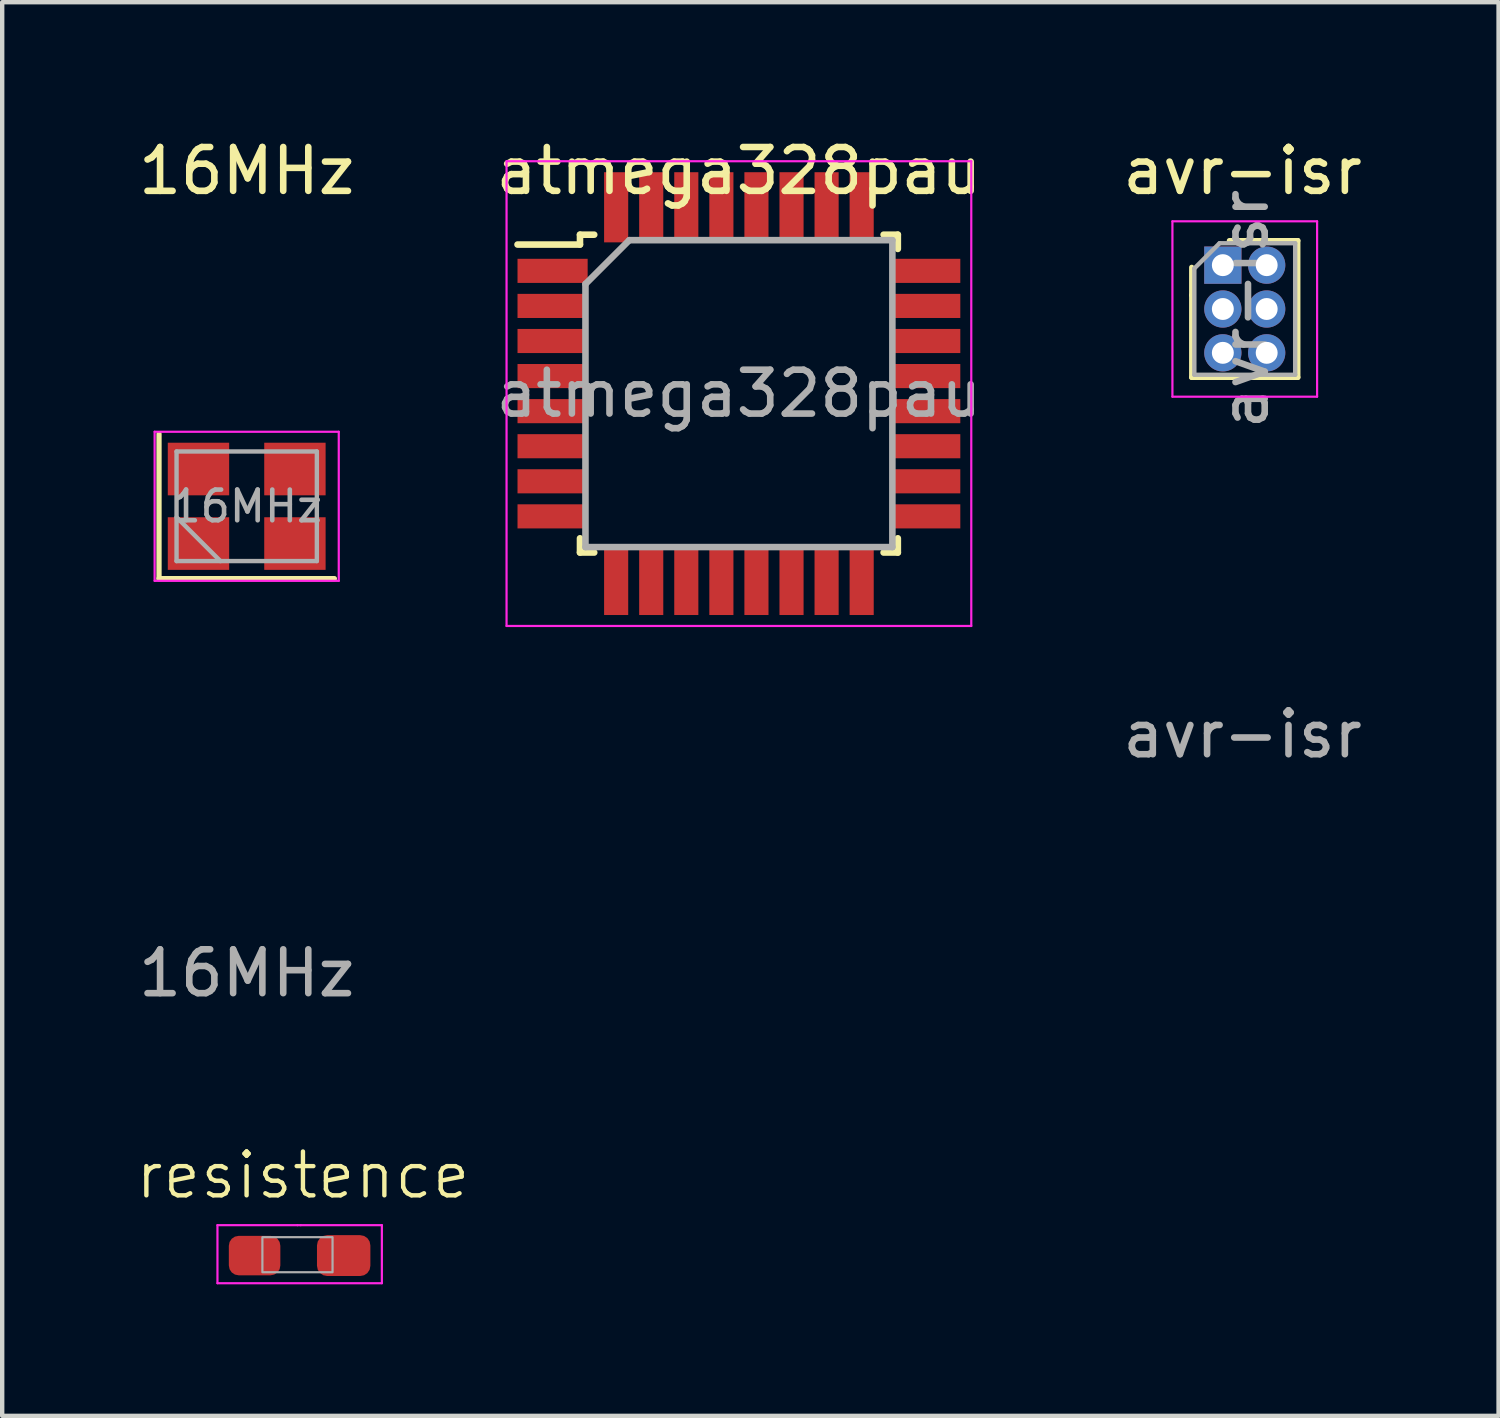
<source format=kicad_pcb>
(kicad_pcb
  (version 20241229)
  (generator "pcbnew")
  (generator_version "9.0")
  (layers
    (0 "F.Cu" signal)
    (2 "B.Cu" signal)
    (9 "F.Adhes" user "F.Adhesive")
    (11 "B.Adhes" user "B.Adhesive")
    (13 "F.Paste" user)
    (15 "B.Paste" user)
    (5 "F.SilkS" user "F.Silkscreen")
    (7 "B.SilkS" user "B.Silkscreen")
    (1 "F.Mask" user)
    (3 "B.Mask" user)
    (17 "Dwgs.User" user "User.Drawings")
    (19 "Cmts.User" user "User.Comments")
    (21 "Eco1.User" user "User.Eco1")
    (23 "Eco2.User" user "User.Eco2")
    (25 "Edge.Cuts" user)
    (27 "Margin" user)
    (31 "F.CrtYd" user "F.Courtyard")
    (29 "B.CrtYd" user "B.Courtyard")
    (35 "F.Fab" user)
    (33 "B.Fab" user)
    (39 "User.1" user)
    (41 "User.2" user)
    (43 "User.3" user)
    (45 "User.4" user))
  (footprint "avr-isr"
    (layer "F.Cu")
    (at 25.292 3.998)
    (property "Reference" "avr-isr" (at 0 -3.15 0) (unlocked yes) (layer "F.SilkS") (effects (font (size 1 1) (thickness 0.15))))
    (attr smd)
    (fp_line (start -1.16 -0.95) (end -1.16 -0.315) (stroke (width 0.12) (type solid)) (layer "F.SilkS"))
    (fp_line (start -1.16 -0.315) (end -1.16 1.56) (stroke (width 0.12) (type solid)) (layer "F.SilkS"))
    (fp_line (start -1.16 1.56) (end -0.844 1.56) (stroke (width 0.12) (type solid)) (layer "F.SilkS"))
    (fp_line (start -0.844 1.56) (end 0.944 1.56) (stroke (width 0.12) (type solid)) (layer "F.SilkS"))
    (fp_line (start -0.3 -1.56) (end 1.26 -1.56) (stroke (width 0.12) (type solid)) (layer "F.SilkS"))
    (fp_line (start 0.944 1.56) (end 1.26 1.56) (stroke (width 0.12) (type solid)) (layer "F.SilkS"))
    (fp_line (start 1.26 -1.56) (end 1.26 1.56) (stroke (width 0.12) (type solid)) (layer "F.SilkS"))
    (fp_line (start -1.6 -2) (end -1.6 2) (stroke (width 0.05) (type solid)) (layer "F.CrtYd"))
    (fp_line (start -1.6 2) (end 1.7 2) (stroke (width 0.05) (type solid)) (layer "F.CrtYd"))
    (fp_line (start 1.7 -2) (end -1.6 -2) (stroke (width 0.05) (type solid)) (layer "F.CrtYd"))
    (fp_line (start 1.7 2) (end 1.7 -2) (stroke (width 0.05) (type solid)) (layer "F.CrtYd"))
    (fp_line (start -1.1 -0.925) (end -0.525 -1.5) (stroke (width 0.1) (type solid)) (layer "F.Fab"))
    (fp_line (start -1.1 1.5) (end -1.1 -0.925) (stroke (width 0.1) (type solid)) (layer "F.Fab"))
    (fp_line (start -0.525 -1.5) (end 1.2 -1.5) (stroke (width 0.1) (type solid)) (layer "F.Fab"))
    (fp_line (start 1.2 -1.5) (end 1.2 1.5) (stroke (width 0.1) (type solid)) (layer "F.Fab"))
    (fp_line (start 1.2 1.5) (end -1.1 1.5) (stroke (width 0.1) (type solid)) (layer "F.Fab"))
    (fp_text user "${REFERENCE}" (at 0.05 0 90) (layer "F.Fab") (effects (font (size 1 1) (thickness 0.15))))
    (fp_text user "${REFERENCE}" (at 0 9.7 0) (unlocked yes) (layer "F.Fab") (effects (font (size 1 1) (thickness 0.15))))
    (pad "1" thru_hole rect (at -0.45 -1) (size 0.85 0.85) (drill 0.5) (layers "*.Cu" "*.Mask"))
    (pad "2" thru_hole oval (at 0.55 -1) (size 0.85 0.85) (drill 0.5) (layers "*.Cu" "*.Mask"))
    (pad "3" thru_hole oval (at -0.45 0) (size 0.85 0.85) (drill 0.5) (layers "*.Cu" "*.Mask"))
    (pad "4" thru_hole oval (at 0.55 0) (size 0.85 0.85) (drill 0.5) (layers "*.Cu" "*.Mask"))
    (pad "5" thru_hole oval (at -0.45 1) (size 0.85 0.85) (drill 0.5) (layers "*.Cu" "*.Mask"))
    (pad "6" thru_hole oval (at 0.55 1) (size 0.85 0.85) (drill 0.5) (layers "*.Cu" "*.Mask")))
  (footprint "atmega328pau"
    (layer "F.Cu")
    (at 13.804 5.928)
    (property "Reference" "atmega328pau" (at 0 -5.08 0) (unlocked yes) (layer "F.SilkS") (effects (font (size 1 1) (thickness 0.15))))
    (attr smd)
    (fp_line (start -3.625 -3.625) (end -3.625 -3.4) (stroke (width 0.15) (type solid)) (layer "F.SilkS"))
    (fp_line (start -3.625 -3.625) (end -3.3 -3.625) (stroke (width 0.15) (type solid)) (layer "F.SilkS"))
    (fp_line (start -3.625 -3.4) (end -5.05 -3.4) (stroke (width 0.15) (type solid)) (layer "F.SilkS"))
    (fp_line (start -3.625 3.625) (end -3.625 3.3) (stroke (width 0.15) (type solid)) (layer "F.SilkS"))
    (fp_line (start -3.625 3.625) (end -3.3 3.625) (stroke (width 0.15) (type solid)) (layer "F.SilkS"))
    (fp_line (start 3.625 -3.625) (end 3.3 -3.625) (stroke (width 0.15) (type solid)) (layer "F.SilkS"))
    (fp_line (start 3.625 -3.625) (end 3.625 -3.3) (stroke (width 0.15) (type solid)) (layer "F.SilkS"))
    (fp_line (start 3.625 3.625) (end 3.3 3.625) (stroke (width 0.15) (type solid)) (layer "F.SilkS"))
    (fp_line (start 3.625 3.625) (end 3.625 3.3) (stroke (width 0.15) (type solid)) (layer "F.SilkS"))
    (fp_line (start -5.3 -5.3) (end -5.3 5.3) (stroke (width 0.05) (type solid)) (layer "F.CrtYd"))
    (fp_line (start -5.3 -5.3) (end 5.3 -5.3) (stroke (width 0.05) (type solid)) (layer "F.CrtYd"))
    (fp_line (start -5.3 5.3) (end 5.3 5.3) (stroke (width 0.05) (type solid)) (layer "F.CrtYd"))
    (fp_line (start 5.3 -5.3) (end 5.3 5.3) (stroke (width 0.05) (type solid)) (layer "F.CrtYd"))
    (fp_line (start -3.5 -2.5) (end -2.5 -3.5) (stroke (width 0.15) (type solid)) (layer "F.Fab"))
    (fp_line (start -3.5 3.5) (end -3.5 -2.5) (stroke (width 0.15) (type solid)) (layer "F.Fab"))
    (fp_line (start -2.5 -3.5) (end 3.5 -3.5) (stroke (width 0.15) (type solid)) (layer "F.Fab"))
    (fp_line (start 3.5 -3.5) (end 3.5 3.5) (stroke (width 0.15) (type solid)) (layer "F.Fab"))
    (fp_line (start 3.5 3.5) (end -3.5 3.5) (stroke (width 0.15) (type solid)) (layer "F.Fab"))
    (fp_text user "${REFERENCE}" (at 0 0 0) (layer "F.Fab") (effects (font (size 1 1) (thickness 0.15))))
    (pad "1" smd rect (at -4.25 -2.8) (size 1.6 0.55) (layers "F.Cu" "F.Mask" "F.Paste"))
    (pad "2" smd rect (at -4.25 -2) (size 1.6 0.55) (layers "F.Cu" "F.Mask" "F.Paste"))
    (pad "3" smd rect (at -4.25 -1.2) (size 1.6 0.55) (layers "F.Cu" "F.Mask" "F.Paste"))
    (pad "4" smd rect (at -4.25 -0.4) (size 1.6 0.55) (layers "F.Cu" "F.Mask" "F.Paste"))
    (pad "5" smd rect (at -4.25 0.4) (size 1.6 0.55) (layers "F.Cu" "F.Mask" "F.Paste"))
    (pad "6" smd rect (at -4.25 1.2) (size 1.6 0.55) (layers "F.Cu" "F.Mask" "F.Paste"))
    (pad "7" smd rect (at -4.25 2) (size 1.6 0.55) (layers "F.Cu" "F.Mask" "F.Paste"))
    (pad "8" smd rect (at -4.25 2.8) (size 1.6 0.55) (layers "F.Cu" "F.Mask" "F.Paste"))
    (pad "9" smd rect (at -2.8 4.25 90) (size 1.6 0.55) (layers "F.Cu" "F.Mask" "F.Paste"))
    (pad "10" smd rect (at -2 4.25 90) (size 1.6 0.55) (layers "F.Cu" "F.Mask" "F.Paste"))
    (pad "11" smd rect (at -1.2 4.25 90) (size 1.6 0.55) (layers "F.Cu" "F.Mask" "F.Paste"))
    (pad "12" smd rect (at -0.4 4.25 90) (size 1.6 0.55) (layers "F.Cu" "F.Mask" "F.Paste"))
    (pad "13" smd rect (at 0.4 4.25 90) (size 1.6 0.55) (layers "F.Cu" "F.Mask" "F.Paste"))
    (pad "14" smd rect (at 1.2 4.25 90) (size 1.6 0.55) (layers "F.Cu" "F.Mask" "F.Paste"))
    (pad "15" smd rect (at 2 4.25 90) (size 1.6 0.55) (layers "F.Cu" "F.Mask" "F.Paste"))
    (pad "16" smd rect (at 2.8 4.25 90) (size 1.6 0.55) (layers "F.Cu" "F.Mask" "F.Paste"))
    (pad "17" smd rect (at 4.25 2.8) (size 1.6 0.55) (layers "F.Cu" "F.Mask" "F.Paste"))
    (pad "18" smd rect (at 4.25 2) (size 1.6 0.55) (layers "F.Cu" "F.Mask" "F.Paste"))
    (pad "19" smd rect (at 4.25 1.2) (size 1.6 0.55) (layers "F.Cu" "F.Mask" "F.Paste"))
    (pad "20" smd rect (at 4.25 0.4) (size 1.6 0.55) (layers "F.Cu" "F.Mask" "F.Paste"))
    (pad "21" smd rect (at 4.25 -0.4) (size 1.6 0.55) (layers "F.Cu" "F.Mask" "F.Paste"))
    (pad "22" smd rect (at 4.25 -1.2) (size 1.6 0.55) (layers "F.Cu" "F.Mask" "F.Paste"))
    (pad "23" smd rect (at 4.25 -2) (size 1.6 0.55) (layers "F.Cu" "F.Mask" "F.Paste"))
    (pad "24" smd rect (at 4.25 -2.8) (size 1.6 0.55) (layers "F.Cu" "F.Mask" "F.Paste"))
    (pad "25" smd rect (at 2.8 -4.25 90) (size 1.6 0.55) (layers "F.Cu" "F.Mask" "F.Paste"))
    (pad "26" smd rect (at 2 -4.25 90) (size 1.6 0.55) (layers "F.Cu" "F.Mask" "F.Paste"))
    (pad "27" smd rect (at 1.2 -4.25 90) (size 1.6 0.55) (layers "F.Cu" "F.Mask" "F.Paste"))
    (pad "28" smd rect (at 0.4 -4.25 90) (size 1.6 0.55) (layers "F.Cu" "F.Mask" "F.Paste"))
    (pad "29" smd rect (at -0.4 -4.25 90) (size 1.6 0.55) (layers "F.Cu" "F.Mask" "F.Paste"))
    (pad "30" smd rect (at -1.2 -4.25 90) (size 1.6 0.55) (layers "F.Cu" "F.Mask" "F.Paste"))
    (pad "31" smd rect (at -2 -4.25 90) (size 1.6 0.55) (layers "F.Cu" "F.Mask" "F.Paste"))
    (pad "32" smd rect (at -2.8 -4.25 90) (size 1.6 0.55) (layers "F.Cu" "F.Mask" "F.Paste")))
  (footprint "16MHz"
    (layer "F.Cu")
    (at 2.577 8.548)
    (property "Reference" "16MHz" (at 0 -7.7 0) (unlocked yes) (layer "F.SilkS") (effects (font (size 1 1) (thickness 0.15))))
    (attr smd)
    (fp_line (start -2 -1.7) (end -2 1.6) (stroke (width 0.12) (type solid)) (layer "F.SilkS"))
    (fp_line (start -2 1.6) (end 2 1.6) (stroke (width 0.12) (type solid)) (layer "F.SilkS"))
    (fp_line (start -2.1 -1.75) (end -2.1 1.65) (stroke (width 0.05) (type solid)) (layer "F.CrtYd"))
    (fp_line (start -2.1 1.65) (end 2.1 1.65) (stroke (width 0.05) (type solid)) (layer "F.CrtYd"))
    (fp_line (start 2.1 -1.75) (end -2.1 -1.75) (stroke (width 0.05) (type solid)) (layer "F.CrtYd"))
    (fp_line (start 2.1 1.65) (end 2.1 -1.75) (stroke (width 0.05) (type solid)) (layer "F.CrtYd"))
    (fp_line (start -1.6 -1.3) (end -1.6 1.2) (stroke (width 0.1) (type solid)) (layer "F.Fab"))
    (fp_line (start -1.6 0.2) (end -0.6 1.2) (stroke (width 0.1) (type solid)) (layer "F.Fab"))
    (fp_line (start -1.6 1.2) (end 1.6 1.2) (stroke (width 0.1) (type solid)) (layer "F.Fab"))
    (fp_line (start 1.6 -1.3) (end -1.6 -1.3) (stroke (width 0.1) (type solid)) (layer "F.Fab"))
    (fp_line (start 1.6 1.2) (end 1.6 -1.3) (stroke (width 0.1) (type solid)) (layer "F.Fab"))
    (fp_text user "${REFERENCE}" (at 0 10.6 0) (unlocked yes) (layer "F.Fab") (effects (font (size 1 1) (thickness 0.15))))
    (fp_text user "${REFERENCE}" (at 0 -0.05 0) (layer "F.Fab") (effects (font (size 0.7 0.7) (thickness 0.105))))
    (pad "1" smd rect (at -1.1 0.8) (size 1.4 1.2) (layers "F.Cu" "F.Mask" "F.Paste"))
    (pad "2" smd rect (at 1.1 0.8) (size 1.4 1.2) (layers "F.Cu" "F.Mask" "F.Paste"))
    (pad "3" smd rect (at 1.1 -0.9) (size 1.4 1.2) (layers "F.Cu" "F.Mask" "F.Paste"))
    (pad "4" smd rect (at -1.1 -0.9) (size 1.4 1.2) (layers "F.Cu" "F.Mask" "F.Paste")))
  (footprint "resistence"
    (layer "F.Cu")
    (at 3.81 25.557)
    (property "Reference" "resistence" (at 0.05 -1.8 0) (unlocked yes) (layer "F.SilkS") (effects (font (size 1 1) (thickness 0.1))))
    (attr smd)
    (fp_line (start -1.9 -0.662) (end -1.9 0.662) (stroke (width 0.05) (type solid)) (layer "F.CrtYd"))
    (fp_line (start -0.075 -0.662) (end -1.9 -0.662) (stroke (width 0.05) (type solid)) (layer "F.CrtYd"))
    (fp_line (start -0.075 -0.662) (end 0 -0.662) (stroke (width 0.05) (type solid)) (layer "F.CrtYd"))
    (fp_line (start 0 -0.662) (end 1.85 -0.662) (stroke (width 0.05) (type solid)) (layer "F.CrtYd"))
    (fp_line (start 1.85 0.662) (end -1.9 0.662) (stroke (width 0.05) (type solid)) (layer "F.CrtYd"))
    (fp_line (start 1.85 0.662) (end 1.85 -0.662) (stroke (width 0.05) (type solid)) (layer "F.CrtYd"))
    (fp_rect (start -0.875 -0.388) (end 0.725 0.412) (stroke (width 0.05) (type solid)) (fill no) (layer "F.Fab"))
    (pad "1" smd roundrect (at -1.053 0.032) (size 1.175 0.9) (layers "F.Cu" "F.Mask" "F.Paste") (roundrect_rratio 0.25))
    (pad "2" smd roundrect (at 0.979 0.032) (size 1.218 0.932) (layers "F.Cu" "F.Mask" "F.Paste") (roundrect_rratio 0.25)))
  (gr_rect
    (start -3 -3)
    (end 31.131 29.244)
    (stroke (width 0.1) (type default))
    (fill no)
    (layer "Edge.Cuts")))
</source>
